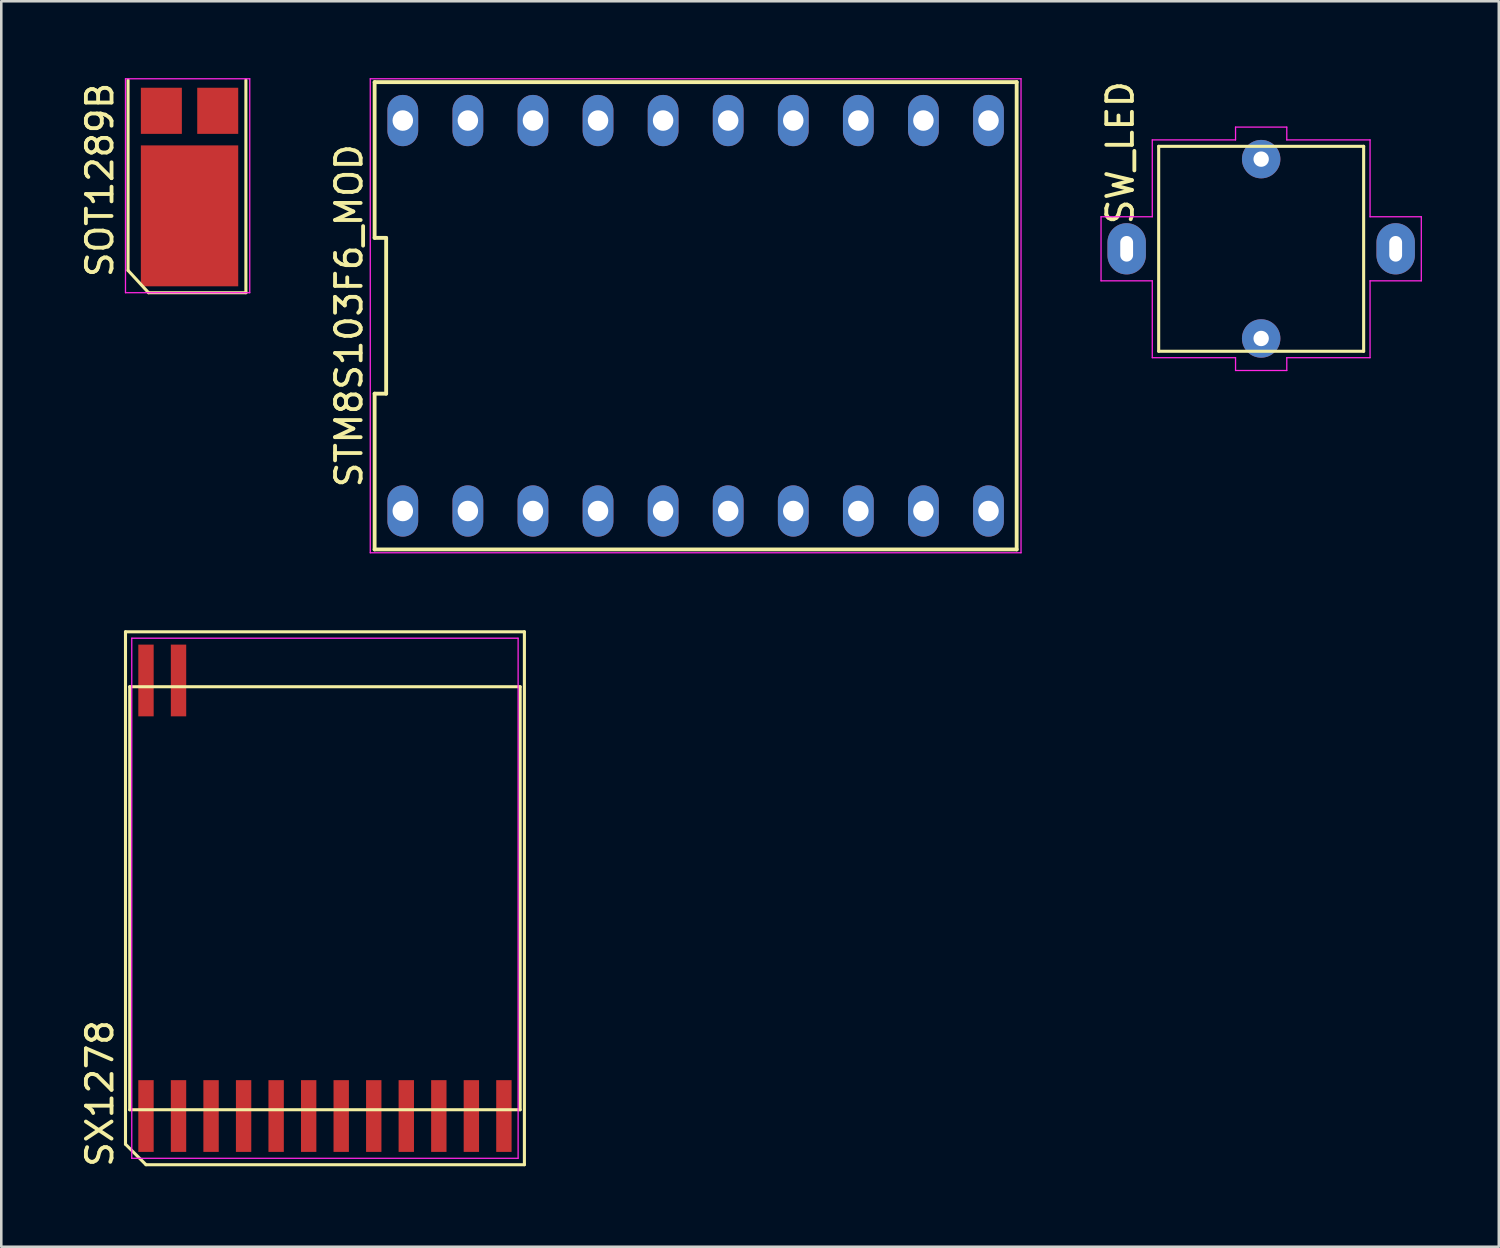
<source format=kicad_pcb>
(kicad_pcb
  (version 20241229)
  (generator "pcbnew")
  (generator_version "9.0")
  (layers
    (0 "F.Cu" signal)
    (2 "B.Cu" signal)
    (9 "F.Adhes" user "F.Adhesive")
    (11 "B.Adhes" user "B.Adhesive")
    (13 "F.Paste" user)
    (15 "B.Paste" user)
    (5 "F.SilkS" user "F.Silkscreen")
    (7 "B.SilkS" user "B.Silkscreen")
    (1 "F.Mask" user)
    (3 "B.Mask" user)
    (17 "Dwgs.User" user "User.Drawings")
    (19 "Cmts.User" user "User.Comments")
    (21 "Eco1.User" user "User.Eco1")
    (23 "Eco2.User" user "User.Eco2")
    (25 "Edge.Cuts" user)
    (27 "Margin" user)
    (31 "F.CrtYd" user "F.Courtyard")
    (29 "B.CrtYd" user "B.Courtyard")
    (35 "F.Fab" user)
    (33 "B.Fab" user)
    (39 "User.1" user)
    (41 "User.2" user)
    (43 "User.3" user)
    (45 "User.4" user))
  (footprint "SX1278"
    (layer "F.Cu")
    (at 9.633 32.01)
    (property "Reference" "SX1278" (at -8.785 7.62 90) (layer "F.SilkS") (effects (font (size 1 1) (thickness 0.15))))
    (attr smd)
    (fp_line (start -7.785 -10.4) (end 7.785 -10.4) (stroke (width 0.12) (type solid)) (layer "F.SilkS"))
    (fp_line (start -7.785 9.6) (end -7.785 -10.4) (stroke (width 0.12) (type solid)) (layer "F.SilkS"))
    (fp_line (start -7.62 -8.255) (end -7.62 8.255) (stroke (width 0.12) (type solid)) (layer "F.SilkS"))
    (fp_line (start -7.62 -8.255) (end 7.62 -8.255) (stroke (width 0.12) (type solid)) (layer "F.SilkS"))
    (fp_line (start -7.62 8.255) (end 7.62 8.255) (stroke (width 0.12) (type solid)) (layer "F.SilkS"))
    (fp_line (start -6.985 10.4) (end -7.785 9.6) (stroke (width 0.12) (type solid)) (layer "F.SilkS"))
    (fp_line (start 7.62 8.255) (end 7.62 -8.255) (stroke (width 0.12) (type solid)) (layer "F.SilkS"))
    (fp_line (start 7.785 -10.4) (end 7.785 10.4) (stroke (width 0.12) (type solid)) (layer "F.SilkS"))
    (fp_line (start 7.785 10.4) (end -6.985 10.4) (stroke (width 0.12) (type solid)) (layer "F.SilkS"))
    (fp_line (start -7.54 -10.15) (end 7.54 -10.15) (stroke (width 0.05) (type solid)) (layer "F.CrtYd"))
    (fp_line (start -7.54 10.15) (end -7.54 -10.15) (stroke (width 0.05) (type solid)) (layer "F.CrtYd"))
    (fp_line (start 7.54 -10.15) (end 7.54 10.15) (stroke (width 0.05) (type solid)) (layer "F.CrtYd"))
    (fp_line (start 7.54 10.15) (end -7.54 10.15) (stroke (width 0.05) (type solid)) (layer "F.CrtYd"))
    (pad "1" smd rect (at -6.985 8.5) (size 0.6 2.8) (layers "F.Cu" "F.Mask" "F.Paste"))
    (pad "2" smd rect (at -5.715 8.5) (size 0.6 2.8) (layers "F.Cu" "F.Mask" "F.Paste"))
    (pad "3" smd rect (at -4.445 8.5) (size 0.6 2.8) (layers "F.Cu" "F.Mask" "F.Paste"))
    (pad "4" smd rect (at -3.175 8.5) (size 0.6 2.8) (layers "F.Cu" "F.Mask" "F.Paste"))
    (pad "5" smd rect (at -1.905 8.5) (size 0.6 2.8) (layers "F.Cu" "F.Mask" "F.Paste"))
    (pad "6" smd rect (at -0.635 8.5) (size 0.6 2.8) (layers "F.Cu" "F.Mask" "F.Paste"))
    (pad "7" smd rect (at 0.635 8.5) (size 0.6 2.8) (layers "F.Cu" "F.Mask" "F.Paste"))
    (pad "8" smd rect (at 1.905 8.5) (size 0.6 2.8) (layers "F.Cu" "F.Mask" "F.Paste"))
    (pad "9" smd rect (at 3.175 8.5) (size 0.6 2.8) (layers "F.Cu" "F.Mask" "F.Paste"))
    (pad "10" smd rect (at 4.445 8.5) (size 0.6 2.8) (layers "F.Cu" "F.Mask" "F.Paste"))
    (pad "11" smd rect (at 5.715 8.5) (size 0.6 2.8) (layers "F.Cu" "F.Mask" "F.Paste"))
    (pad "12" smd rect (at 6.985 8.5) (size 0.6 2.8) (layers "F.Cu" "F.Mask" "F.Paste"))
    (pad "13" smd rect (at -5.715 -8.5) (size 0.6 2.8) (layers "F.Cu" "F.Mask" "F.Paste"))
    (pad "14" smd rect (at -6.985 -8.5) (size 0.6 2.8) (layers "F.Cu" "F.Mask" "F.Paste")))
  (footprint "SW_LED"
    (layer "F.Cu")
    (at 46.175 6.661)
    (property "Reference" "SW_LED" (at -5.5 -3.75 90) (layer "F.SilkS") (effects (font (size 1 1) (thickness 0.15))))
    (attr through_hole)
    (fp_line (start -4 -4) (end 4 -4) (stroke (width 0.12) (type solid)) (layer "F.SilkS"))
    (fp_line (start -4 4) (end -4 -4) (stroke (width 0.12) (type solid)) (layer "F.SilkS"))
    (fp_line (start 4 -4) (end 4 4) (stroke (width 0.12) (type solid)) (layer "F.SilkS"))
    (fp_line (start 4 4) (end -4 4) (stroke (width 0.12) (type solid)) (layer "F.SilkS"))
    (fp_line (start -6.25 -1.25) (end -6.25 1.25) (stroke (width 0.05) (type solid)) (layer "F.CrtYd"))
    (fp_line (start -6.25 -1.25) (end -4.25 -1.25) (stroke (width 0.05) (type solid)) (layer "F.CrtYd"))
    (fp_line (start -4.25 -4.25) (end -1 -4.25) (stroke (width 0.05) (type solid)) (layer "F.CrtYd"))
    (fp_line (start -4.25 -1.25) (end -4.25 -4.25) (stroke (width 0.05) (type solid)) (layer "F.CrtYd"))
    (fp_line (start -4.25 1.25) (end -6.25 1.25) (stroke (width 0.05) (type solid)) (layer "F.CrtYd"))
    (fp_line (start -4.25 4.25) (end -4.25 1.25) (stroke (width 0.05) (type solid)) (layer "F.CrtYd"))
    (fp_line (start -1 -4.75) (end 1 -4.75) (stroke (width 0.05) (type solid)) (layer "F.CrtYd"))
    (fp_line (start -1 -4.25) (end -1 -4.75) (stroke (width 0.05) (type solid)) (layer "F.CrtYd"))
    (fp_line (start -1 4.25) (end -4.25 4.25) (stroke (width 0.05) (type solid)) (layer "F.CrtYd"))
    (fp_line (start -1 4.75) (end -1 4.25) (stroke (width 0.05) (type solid)) (layer "F.CrtYd"))
    (fp_line (start 1 -4.75) (end 1 -4.25) (stroke (width 0.05) (type solid)) (layer "F.CrtYd"))
    (fp_line (start 1 -4.25) (end 4.25 -4.25) (stroke (width 0.05) (type solid)) (layer "F.CrtYd"))
    (fp_line (start 1 4.25) (end 1 4.75) (stroke (width 0.05) (type solid)) (layer "F.CrtYd"))
    (fp_line (start 1 4.75) (end -1 4.75) (stroke (width 0.05) (type solid)) (layer "F.CrtYd"))
    (fp_line (start 4.25 -4.25) (end 4.25 -1.25) (stroke (width 0.05) (type solid)) (layer "F.CrtYd"))
    (fp_line (start 4.25 -1.25) (end 6.25 -1.25) (stroke (width 0.05) (type solid)) (layer "F.CrtYd"))
    (fp_line (start 4.25 1.25) (end 4.25 4.25) (stroke (width 0.05) (type solid)) (layer "F.CrtYd"))
    (fp_line (start 4.25 4.25) (end 1 4.25) (stroke (width 0.05) (type solid)) (layer "F.CrtYd"))
    (fp_line (start 6.25 -1.25) (end 6.25 1.25) (stroke (width 0.05) (type solid)) (layer "F.CrtYd"))
    (fp_line (start 6.25 1.25) (end 4.25 1.25) (stroke (width 0.05) (type solid)) (layer "F.CrtYd"))
    (pad "1" thru_hole oval (at -5.25 0) (size 1.5 2) (drill oval 0.5 1) (layers "*.Cu" "*.Mask"))
    (pad "2" thru_hole oval (at 5.25 0) (size 1.5 2) (drill oval 0.5 1) (layers "*.Cu" "*.Mask"))
    (pad "3" thru_hole circle (at 0 -3.5) (size 1.5 1.5) (drill 0.6) (layers "*.Cu" "*.Mask"))
    (pad "4" thru_hole circle (at 0 3.5) (size 1.5 1.5) (drill 0.6) (layers "*.Cu" "*.Mask")))
  (footprint "SOT1289B"
    (layer "F.Cu")
    (at 4.348 5.075)
    (property "Reference" "SOT1289B" (at -3.5 -1.1 90) (layer "F.SilkS") (effects (font (size 1 1) (thickness 0.15))))
    (attr smd)
    (fp_line (start -2.4 -5) (end -2.4 2.43) (stroke (width 0.12) (type solid)) (layer "F.SilkS"))
    (fp_line (start -1.6 3.3) (end -2.4 2.43) (stroke (width 0.12) (type solid)) (layer "F.SilkS"))
    (fp_line (start -1.6 3.3) (end 2.2 3.3) (stroke (width 0.12) (type solid)) (layer "F.SilkS"))
    (fp_line (start 2.2 3.3) (end 2.2 -5) (stroke (width 0.12) (type solid)) (layer "F.SilkS"))
    (fp_line (start -2.5 -5.05) (end -2.5 3.3) (stroke (width 0.05) (type solid)) (layer "F.CrtYd"))
    (fp_line (start -2.5 -5.05) (end 2.35 -5.05) (stroke (width 0.05) (type solid)) (layer "F.CrtYd"))
    (fp_line (start 2.35 -5.05) (end 2.35 3.3) (stroke (width 0.05) (type solid)) (layer "F.CrtYd"))
    (fp_line (start 2.35 3.3) (end -2.5 3.3) (stroke (width 0.05) (type solid)) (layer "F.CrtYd"))
    (pad "1" smd rect (at 0 0.3) (size 3.8 5.5) (layers "F.Cu" "F.Mask" "F.Paste"))
    (pad "2" smd rect (at -1.1 -3.8) (size 1.6 1.8) (layers "F.Cu" "F.Mask" "F.Paste"))
    (pad "2" smd rect (at 1.1 -3.8) (size 1.6 1.8) (layers "F.Cu" "F.Mask" "F.Paste")))
  (footprint "STM8S103F6_MOD"
    (layer "F.Cu")
    (at 24.102 9.275)
    (property "Reference" "STM8S103F6_MOD" (at -13.53 0 90) (layer "F.SilkS") (effects (font (size 1 1) (thickness 0.15))))
    (attr through_hole)
    (fp_line (start -12.53 -9.12) (end -12.53 -3.04) (stroke (width 0.15) (type solid)) (layer "F.SilkS"))
    (fp_line (start -12.53 -3.04) (end -12.08 -3.04) (stroke (width 0.15) (type solid)) (layer "F.SilkS"))
    (fp_line (start -12.53 3.04) (end -12.53 9.12) (stroke (width 0.15) (type solid)) (layer "F.SilkS"))
    (fp_line (start -12.53 9.12) (end 12.53 9.12) (stroke (width 0.15) (type solid)) (layer "F.SilkS"))
    (fp_line (start -12.08 -3.04) (end -12.08 3.04) (stroke (width 0.15) (type solid)) (layer "F.SilkS"))
    (fp_line (start -12.08 3.04) (end -12.53 3.04) (stroke (width 0.15) (type solid)) (layer "F.SilkS"))
    (fp_line (start 12.53 -9.12) (end -12.53 -9.12) (stroke (width 0.15) (type solid)) (layer "F.SilkS"))
    (fp_line (start 12.53 9.12) (end 12.53 -9.12) (stroke (width 0.15) (type solid)) (layer "F.SilkS"))
    (fp_line (start -12.7 -9.25) (end 12.7 -9.25) (stroke (width 0.05) (type solid)) (layer "F.CrtYd"))
    (fp_line (start -12.7 9.25) (end -12.7 -9.25) (stroke (width 0.05) (type solid)) (layer "F.CrtYd"))
    (fp_line (start 12.7 -9.25) (end 12.7 9.25) (stroke (width 0.05) (type solid)) (layer "F.CrtYd"))
    (fp_line (start 12.7 9.25) (end -12.7 9.25) (stroke (width 0.05) (type solid)) (layer "F.CrtYd"))
    (pad "1" thru_hole oval (at -11.43 7.62) (size 1.2 2) (drill 0.8) (layers "*.Cu" "*.Mask"))
    (pad "2" thru_hole oval (at -8.89 7.62) (size 1.2 2) (drill 0.8) (layers "*.Cu" "*.Mask"))
    (pad "3" thru_hole oval (at -6.35 7.62) (size 1.2 2) (drill 0.8) (layers "*.Cu" "*.Mask"))
    (pad "4" thru_hole oval (at -3.81 7.62) (size 1.2 2) (drill 0.8) (layers "*.Cu" "*.Mask"))
    (pad "5" thru_hole oval (at -1.27 7.62) (size 1.2 2) (drill 0.8) (layers "*.Cu" "*.Mask"))
    (pad "6" thru_hole oval (at 1.27 7.62) (size 1.2 2) (drill 0.8) (layers "*.Cu" "*.Mask"))
    (pad "7" thru_hole oval (at 3.81 7.62) (size 1.2 2) (drill 0.8) (layers "*.Cu" "*.Mask"))
    (pad "8" thru_hole oval (at 6.35 7.62) (size 1.2 2) (drill 0.8) (layers "*.Cu" "*.Mask"))
    (pad "9" thru_hole oval (at 8.89 7.62) (size 1.2 2) (drill 0.8) (layers "*.Cu" "*.Mask"))
    (pad "10" thru_hole oval (at 11.43 7.62) (size 1.2 2) (drill 0.8) (layers "*.Cu" "*.Mask"))
    (pad "11" thru_hole oval (at 11.43 -7.62) (size 1.2 2) (drill 0.8) (layers "*.Cu" "*.Mask"))
    (pad "12" thru_hole oval (at 8.89 -7.62) (size 1.2 2) (drill 0.8) (layers "*.Cu" "*.Mask"))
    (pad "13" thru_hole oval (at 6.35 -7.62) (size 1.2 2) (drill 0.8) (layers "*.Cu" "*.Mask"))
    (pad "14" thru_hole oval (at 3.81 -7.62) (size 1.2 2) (drill 0.8) (layers "*.Cu" "*.Mask"))
    (pad "15" thru_hole oval (at 1.27 -7.62) (size 1.2 2) (drill 0.8) (layers "*.Cu" "*.Mask"))
    (pad "16" thru_hole oval (at -1.27 -7.62) (size 1.2 2) (drill 0.8) (layers "*.Cu" "*.Mask"))
    (pad "17" thru_hole oval (at -3.81 -7.62) (size 1.2 2) (drill 0.8) (layers "*.Cu" "*.Mask"))
    (pad "18" thru_hole oval (at -6.35 -7.62) (size 1.2 2) (drill 0.8) (layers "*.Cu" "*.Mask"))
    (pad "19" thru_hole oval (at -8.89 -7.62) (size 1.2 2) (drill 0.8) (layers "*.Cu" "*.Mask"))
    (pad "20" thru_hole oval (at -11.43 -7.62) (size 1.2 2) (drill 0.8) (layers "*.Cu" "*.Mask")))
  (gr_rect
    (start -3 -3)
    (end 55.45 45.612)
    (stroke (width 0.1) (type default))
    (fill no)
    (layer "Edge.Cuts")))
</source>
